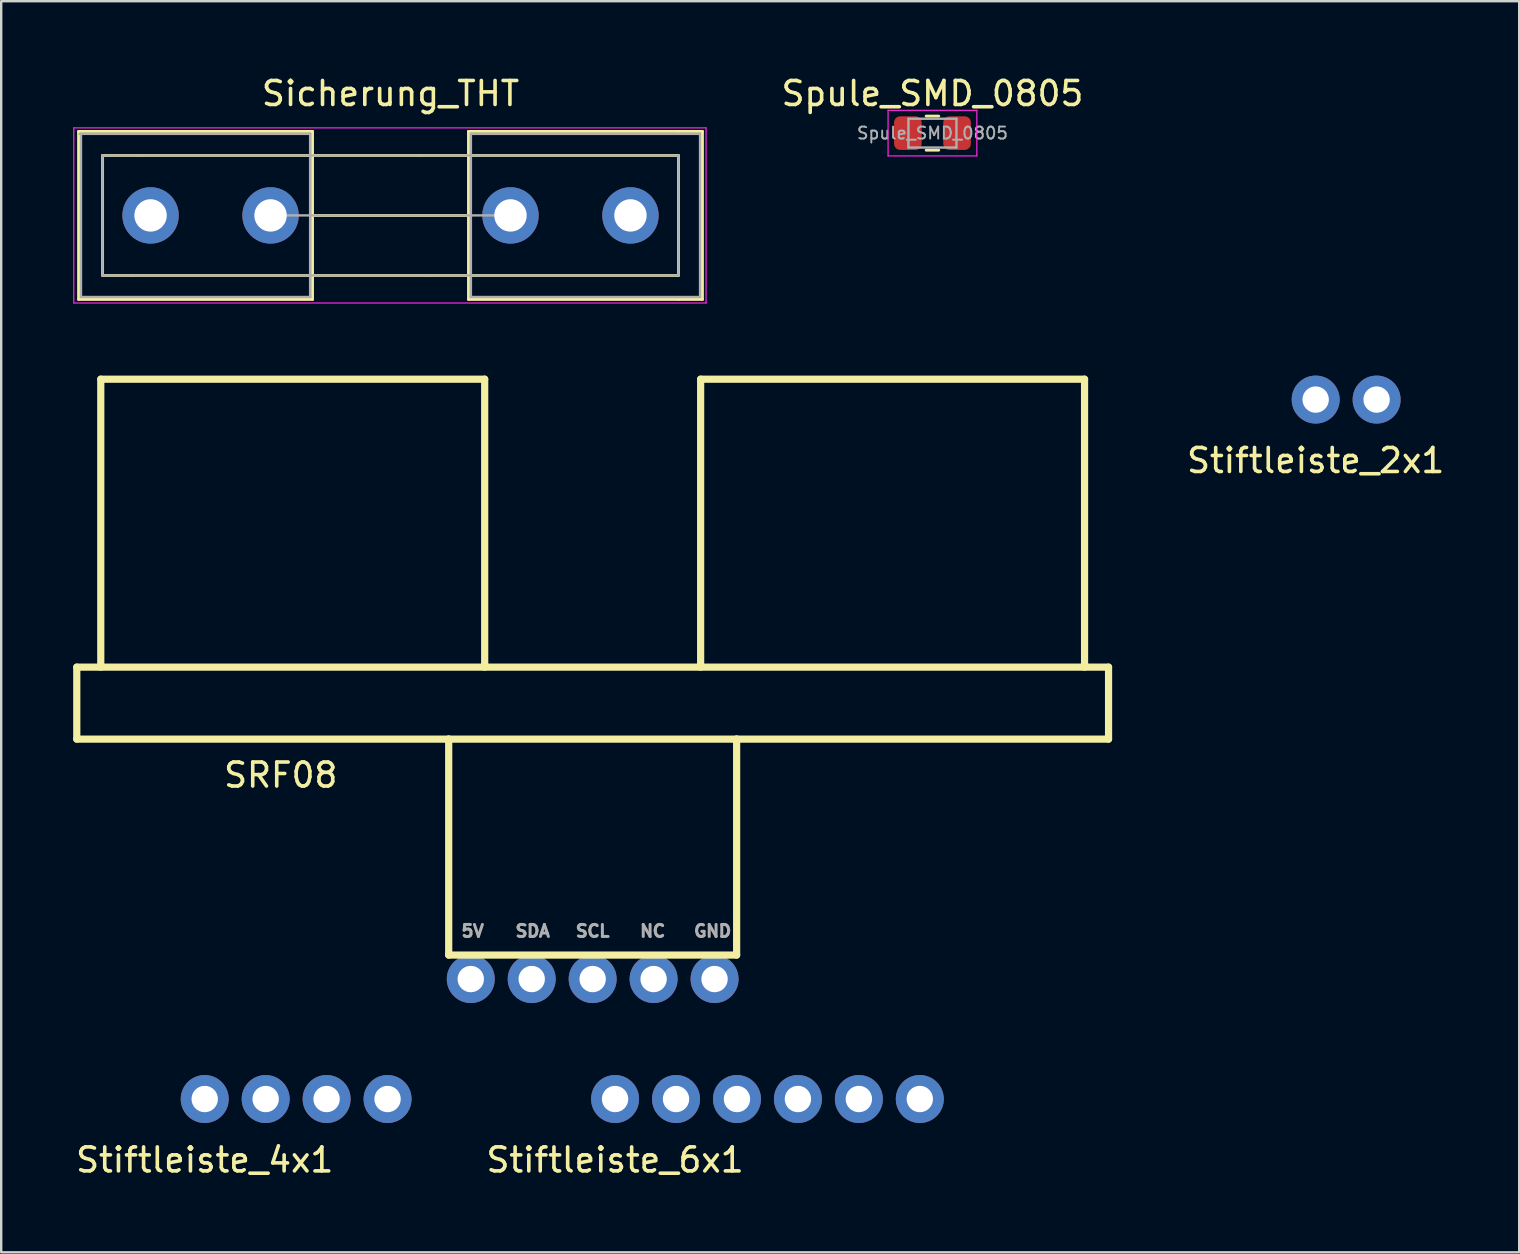
<source format=kicad_pcb>
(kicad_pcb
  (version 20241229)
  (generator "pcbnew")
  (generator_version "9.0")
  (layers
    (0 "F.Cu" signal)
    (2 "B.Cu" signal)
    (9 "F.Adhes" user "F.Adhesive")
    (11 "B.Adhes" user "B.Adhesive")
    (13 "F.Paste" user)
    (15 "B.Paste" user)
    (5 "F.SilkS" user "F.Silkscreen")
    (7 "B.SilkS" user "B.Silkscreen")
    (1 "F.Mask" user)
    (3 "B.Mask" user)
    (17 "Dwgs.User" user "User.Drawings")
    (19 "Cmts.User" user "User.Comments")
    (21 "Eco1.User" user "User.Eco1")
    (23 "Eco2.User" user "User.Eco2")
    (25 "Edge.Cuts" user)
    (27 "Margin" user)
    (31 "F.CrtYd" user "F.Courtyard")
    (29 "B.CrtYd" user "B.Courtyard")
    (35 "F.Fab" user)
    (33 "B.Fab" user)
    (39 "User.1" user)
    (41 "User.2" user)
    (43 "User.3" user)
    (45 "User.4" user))
  (footprint "Sicherung_THT"
    (layer "F.Cu")
    (at 3.225 5.928)
    (property "Reference" "Sicherung_THT" (at 10 -5.08 0) (layer "F.SilkS") (effects (font (size 1 1) (thickness 0.15))))
    (attr through_hole)
    (fp_line (start -3 -3.5) (end -3 3.5) (stroke (width 0.12) (type solid)) (layer "F.SilkS"))
    (fp_line (start -2 -2.5) (end -2 2.5) (stroke (width 0.12) (type solid)) (layer "F.SilkS"))
    (fp_line (start -0.75 2.5) (end -2 2.5) (stroke (width 0.12) (type solid)) (layer "F.SilkS"))
    (fp_line (start -0.5 -2.5) (end -2 -2.5) (stroke (width 0.12) (type solid)) (layer "F.SilkS"))
    (fp_line (start 6.75 -3.5) (end -3 -3.5) (stroke (width 0.12) (type solid)) (layer "F.SilkS"))
    (fp_line (start 6.75 -3.5) (end 6.75 3.5) (stroke (width 0.12) (type solid)) (layer "F.SilkS"))
    (fp_line (start 6.75 3.5) (end -3 3.5) (stroke (width 0.12) (type solid)) (layer "F.SilkS"))
    (fp_line (start 11.25 -2.5) (end -0.5 -2.5) (stroke (width 0.12) (type solid)) (layer "F.SilkS"))
    (fp_line (start 11.5 2.5) (end -0.75 2.5) (stroke (width 0.12) (type solid)) (layer "F.SilkS"))
    (fp_line (start 13.25 -3.5) (end 13.25 3.5) (stroke (width 0.12) (type solid)) (layer "F.SilkS"))
    (fp_line (start 13.25 0) (end 6.75 0) (stroke (width 0.12) (type solid)) (layer "F.SilkS"))
    (fp_line (start 22 -3.5) (end 13.25 -3.5) (stroke (width 0.12) (type solid)) (layer "F.SilkS"))
    (fp_line (start 22 -2.5) (end 11.25 -2.5) (stroke (width 0.12) (type solid)) (layer "F.SilkS"))
    (fp_line (start 22 -2.5) (end 22 2.5) (stroke (width 0.12) (type solid)) (layer "F.SilkS"))
    (fp_line (start 22 2.5) (end 11.5 2.5) (stroke (width 0.12) (type solid)) (layer "F.SilkS"))
    (fp_line (start 22 3.5) (end 13.25 3.5) (stroke (width 0.12) (type solid)) (layer "F.SilkS"))
    (fp_line (start 23 -3.5) (end 22 -3.5) (stroke (width 0.12) (type solid)) (layer "F.SilkS"))
    (fp_line (start 23 -3.5) (end 23 3.5) (stroke (width 0.12) (type solid)) (layer "F.SilkS"))
    (fp_line (start 23 3.5) (end 22 3.5) (stroke (width 0.12) (type solid)) (layer "F.SilkS"))
    (fp_line (start -3.2 -3.65) (end -3.2 3.65) (stroke (width 0.05) (type solid)) (layer "F.CrtYd"))
    (fp_line (start -3.2 -3.65) (end 23.15 -3.65) (stroke (width 0.05) (type solid)) (layer "F.CrtYd"))
    (fp_line (start 23.15 3.65) (end -3.2 3.65) (stroke (width 0.05) (type solid)) (layer "F.CrtYd"))
    (fp_line (start 23.15 3.65) (end 23.15 -3.65) (stroke (width 0.05) (type solid)) (layer "F.CrtYd"))
    (fp_line (start -2.95 -3.4) (end 6.65 -3.4) (stroke (width 0.1) (type solid)) (layer "F.Fab"))
    (fp_line (start -2.9 3.4) (end -2.9 -3.4) (stroke (width 0.1) (type solid)) (layer "F.Fab"))
    (fp_line (start -2 -2.5) (end 22 -2.5) (stroke (width 0.1) (type solid)) (layer "F.Fab"))
    (fp_line (start -2 2.5) (end -2 -2.5) (stroke (width 0.1) (type solid)) (layer "F.Fab"))
    (fp_line (start 5 0) (end 15 0) (stroke (width 0.1) (type solid)) (layer "F.Fab"))
    (fp_line (start 6.65 -3.4) (end 6.65 3.4) (stroke (width 0.1) (type solid)) (layer "F.Fab"))
    (fp_line (start 6.65 3.4) (end -2.9 3.4) (stroke (width 0.1) (type solid)) (layer "F.Fab"))
    (fp_line (start 13.35 -3.4) (end 13.35 3.4) (stroke (width 0.1) (type solid)) (layer "F.Fab"))
    (fp_line (start 13.35 3.4) (end 22.9 3.4) (stroke (width 0.1) (type solid)) (layer "F.Fab"))
    (fp_line (start 22 -2.5) (end 22 2.5) (stroke (width 0.1) (type solid)) (layer "F.Fab"))
    (fp_line (start 22 2.5) (end -2 2.5) (stroke (width 0.1) (type solid)) (layer "F.Fab"))
    (fp_line (start 22.9 -3.4) (end 13.35 -3.4) (stroke (width 0.1) (type solid)) (layer "F.Fab"))
    (fp_line (start 22.9 3.4) (end 22.9 -3.4) (stroke (width 0.1) (type solid)) (layer "F.Fab"))
    (pad "1" thru_hole circle (at 0 0) (size 2.35 2.35) (drill 1.35) (layers "*.Cu" "*.Mask"))
    (pad "1" thru_hole circle (at 5 0) (size 2.35 2.35) (drill 1.35) (layers "*.Cu" "*.Mask"))
    (pad "2" thru_hole circle (at 15 0) (size 2.35 2.35) (drill 1.35) (layers "*.Cu" "*.Mask"))
    (pad "2" thru_hole circle (at 20 0) (size 2.35 2.35) (drill 1.35) (layers "*.Cu" "*.Mask")))
  (footprint "Stiftleiste_4x1"
    (layer "F.Cu")
    (at 5.482 42.753)
    (property "Reference" "Stiftleiste_4x1" (at 0 2.54 0) (layer "F.SilkS") (effects (font (size 1 1) (thickness 0.15))))
    (attr through_hole)
    (pad "1" thru_hole circle (at 0 0) (size 2 2) (drill 1.1) (layers "*.Cu" "*.Mask"))
    (pad "2" thru_hole circle (at 2.54 0) (size 2 2) (drill 1.1) (layers "*.Cu" "*.Mask"))
    (pad "3" thru_hole circle (at 5.08 0) (size 2 2) (drill 1.1) (layers "*.Cu" "*.Mask"))
    (pad "4" thru_hole circle (at 7.62 0) (size 2 2) (drill 1.1) (layers "*.Cu" "*.Mask")))
  (footprint "Stiftleiste_2x1"
    (layer "F.Cu")
    (at 51.782 13.603)
    (property "Reference" "Stiftleiste_2x1" (at 0 2.54 0) (layer "F.SilkS") (effects (font (size 1 1) (thickness 0.15))))
    (attr through_hole)
    (pad "1" thru_hole circle (at 0 0) (size 2 2) (drill 1.1) (layers "*.Cu" "*.Mask"))
    (pad "2" thru_hole circle (at 2.54 0) (size 2 2) (drill 1.1) (layers "*.Cu" "*.Mask")))
  (footprint "Spule_SMD_0805"
    (layer "F.Cu")
    (at 35.811 2.498)
    (property "Reference" "Spule_SMD_0805" (at 0 -1.65 0) (layer "F.SilkS") (effects (font (size 1 1) (thickness 0.15))))
    (attr smd)
    (fp_line (start -0.261 -0.71) (end 0.261 -0.71) (stroke (width 0.12) (type solid)) (layer "F.SilkS"))
    (fp_line (start -0.261 0.71) (end 0.261 0.71) (stroke (width 0.12) (type solid)) (layer "F.SilkS"))
    (fp_line (start -1.85 -0.95) (end 1.85 -0.95) (stroke (width 0.05) (type solid)) (layer "F.CrtYd"))
    (fp_line (start -1.85 0.95) (end -1.85 -0.95) (stroke (width 0.05) (type solid)) (layer "F.CrtYd"))
    (fp_line (start 1.85 -0.95) (end 1.85 0.95) (stroke (width 0.05) (type solid)) (layer "F.CrtYd"))
    (fp_line (start 1.85 0.95) (end -1.85 0.95) (stroke (width 0.05) (type solid)) (layer "F.CrtYd"))
    (fp_line (start -1 -0.6) (end 1 -0.6) (stroke (width 0.1) (type solid)) (layer "F.Fab"))
    (fp_line (start -1 0.6) (end -1 -0.6) (stroke (width 0.1) (type solid)) (layer "F.Fab"))
    (fp_line (start 1 -0.6) (end 1 0.6) (stroke (width 0.1) (type solid)) (layer "F.Fab"))
    (fp_line (start 1 0.6) (end -1 0.6) (stroke (width 0.1) (type solid)) (layer "F.Fab"))
    (fp_text user "${REFERENCE}" (at 0 0 0) (layer "F.Fab") (effects (font (size 0.5 0.5) (thickness 0.08))))
    (pad "1" smd roundrect (at -1.025 0) (size 1.15 1.4) (layers "F.Cu" "F.Mask" "F.Paste") (roundrect_rratio 0.217))
    (pad "2" smd roundrect (at 1.025 0) (size 1.15 1.4) (layers "F.Cu" "F.Mask" "F.Paste") (roundrect_rratio 0.217)))
  (footprint "SRF08"
    (layer "F.Cu")
    (at 21.65 37.753)
    (property "Reference" "SRF08" (at -13 -8.5 0) (layer "F.SilkS") (effects (font (size 1 1) (thickness 0.15))))
    (attr through_hole)
    (fp_line (start -21.5 -13) (end 21.5 -13) (stroke (width 0.3) (type solid)) (layer "F.SilkS"))
    (fp_line (start -21.5 -10) (end -21.5 -13) (stroke (width 0.3) (type solid)) (layer "F.SilkS"))
    (fp_line (start -20.5 -25) (end -20.5 -13) (stroke (width 0.3) (type solid)) (layer "F.SilkS"))
    (fp_line (start -20.5 -25) (end -4.5 -25) (stroke (width 0.3) (type solid)) (layer "F.SilkS"))
    (fp_line (start -6 -10) (end -21.5 -10) (stroke (width 0.3) (type solid)) (layer "F.SilkS"))
    (fp_line (start -6 -10) (end -6 -1) (stroke (width 0.3) (type solid)) (layer "F.SilkS"))
    (fp_line (start -6 -1) (end 6 -1) (stroke (width 0.3) (type solid)) (layer "F.SilkS"))
    (fp_line (start -4.5 -25) (end -4.5 -13) (stroke (width 0.3) (type solid)) (layer "F.SilkS"))
    (fp_line (start 4.5 -13) (end 4.5 -25) (stroke (width 0.3) (type solid)) (layer "F.SilkS"))
    (fp_line (start 6 -10) (end -6 -10) (stroke (width 0.3) (type solid)) (layer "F.SilkS"))
    (fp_line (start 6 -10) (end 21.5 -10) (stroke (width 0.3) (type solid)) (layer "F.SilkS"))
    (fp_line (start 6 -1) (end 6 -10) (stroke (width 0.3) (type solid)) (layer "F.SilkS"))
    (fp_line (start 20.5 -25) (end 4.5 -25) (stroke (width 0.3) (type solid)) (layer "F.SilkS"))
    (fp_line (start 20.5 -13) (end 20.5 -25) (stroke (width 0.3) (type solid)) (layer "F.SilkS"))
    (fp_line (start 21.5 -10) (end 21.5 -13) (stroke (width 0.3) (type solid)) (layer "F.SilkS"))
    (fp_text user "SDA" (at -2.5 -2 0) (layer "F.Fab") (effects (font (size 0.5 0.5) (thickness 0.125))))
    (fp_text user "NC" (at 2.5 -2 0) (layer "F.Fab") (effects (font (size 0.5 0.5) (thickness 0.125))))
    (fp_text user "GND" (at 5 -2 0) (layer "F.Fab") (effects (font (size 0.5 0.5) (thickness 0.125))))
    (fp_text user "SCL" (at 0 -2 0) (layer "F.Fab") (effects (font (size 0.5 0.5) (thickness 0.125))))
    (fp_text user "5V" (at -5 -2 0) (layer "F.Fab") (effects (font (size 0.5 0.5) (thickness 0.125))))
    (pad "1" thru_hole circle (at -5.08 0) (size 2 2) (drill 1.1) (layers "*.Cu" "*.Mask"))
    (pad "2" thru_hole circle (at -2.54 0) (size 2 2) (drill 1.1) (layers "*.Cu" "*.Mask"))
    (pad "3" thru_hole circle (at 0 0) (size 2 2) (drill 1.1) (layers "*.Cu" "*.Mask"))
    (pad "4" thru_hole circle (at 2.54 0) (size 2 2) (drill 1.1) (layers "*.Cu" "*.Mask"))
    (pad "5" thru_hole circle (at 5.08 0) (size 2 2) (drill 1.1) (layers "*.Cu" "*.Mask")))
  (footprint "Stiftleiste_6x1"
    (layer "F.Cu")
    (at 22.584 42.753)
    (property "Reference" "Stiftleiste_6x1" (at 0 2.54 0) (layer "F.SilkS") (effects (font (size 1 1) (thickness 0.15))))
    (attr through_hole)
    (pad "1" thru_hole circle (at 0 0) (size 2 2) (drill 1.1) (layers "*.Cu" "*.Mask"))
    (pad "2" thru_hole circle (at 2.54 0) (size 2 2) (drill 1.1) (layers "*.Cu" "*.Mask"))
    (pad "3" thru_hole circle (at 5.08 0) (size 2 2) (drill 1.1) (layers "*.Cu" "*.Mask"))
    (pad "4" thru_hole circle (at 7.62 0) (size 2 2) (drill 1.1) (layers "*.Cu" "*.Mask"))
    (pad "5" thru_hole circle (at 10.16 0) (size 2 2) (drill 1.1) (layers "*.Cu" "*.Mask"))
    (pad "6" thru_hole circle (at 12.7 0) (size 2 2) (drill 1.1) (layers "*.Cu" "*.Mask")))
  (gr_rect
    (start -3 -3)
    (end 60.264 49.142)
    (stroke (width 0.1) (type default))
    (fill no)
    (layer "Edge.Cuts")))
</source>
